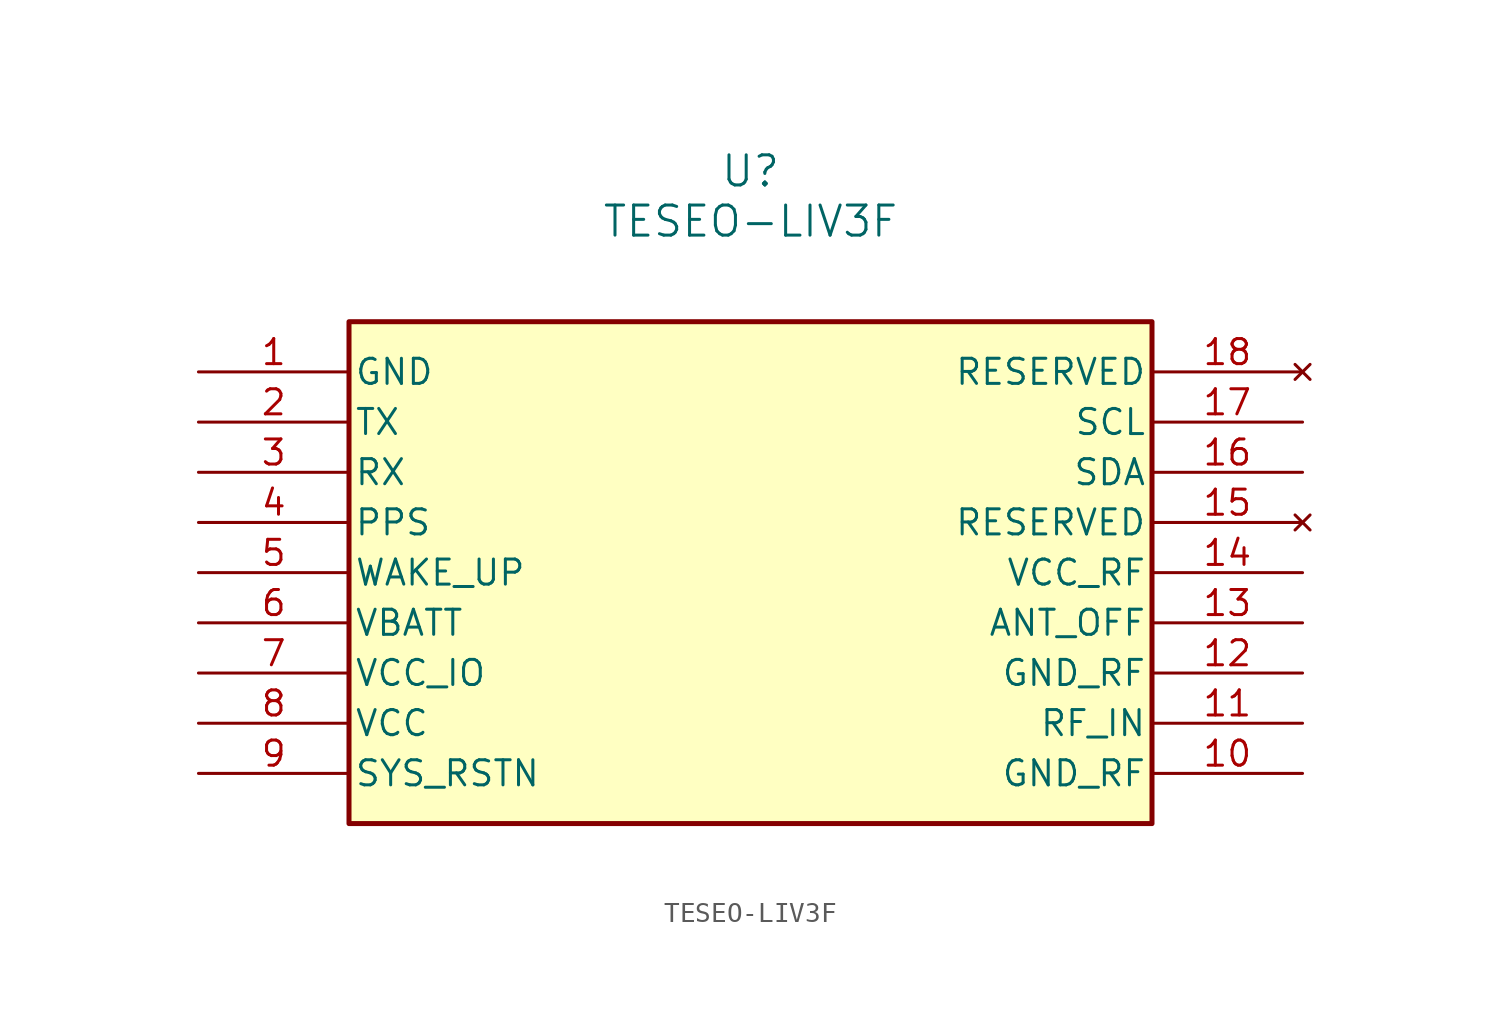
<source format=kicad_sym>
(kicad_symbol_lib
  (version 20241209)
  (generator "kicad_symbol_editor")
  (generator_version "9.0")
  (symbol "TESEO-LIV3F"
    (pin_names
      (offset 0.254))
    (property "Reference" "U"
      (at 27.94 10.16 0)
      (effects (font (size 1.524 1.524))))
    (property "Value" "TESEO-LIV3F"
      (at 27.94 7.62 0)
      (effects (font (size 1.524 1.524))))
    (symbol "TESEO-LIV3F_0_1"
      (pin power_out line (at 0 0 0) (length 7.62) (name "GND" (effects (font (size 1.27 1.27)))) (number "1" (effects (font (size 1.27 1.27)))))
      (pin output line (at 0 -2.54 0) (length 7.62) (name "TX" (effects (font (size 1.27 1.27)))) (number "2" (effects (font (size 1.27 1.27)))))
      (pin input line (at 0 -5.08 0) (length 7.62) (name "RX" (effects (font (size 1.27 1.27)))) (number "3" (effects (font (size 1.27 1.27)))))
      (pin output line (at 0 -7.62 0) (length 7.62) (name "PPS" (effects (font (size 1.27 1.27)))) (number "4" (effects (font (size 1.27 1.27)))))
      (pin input line (at 0 -10.16 0) (length 7.62) (name "WAKE_UP" (effects (font (size 1.27 1.27)))) (number "5" (effects (font (size 1.27 1.27)))))
      (pin power_in line (at 0 -12.7 0) (length 7.62) (name "VBATT" (effects (font (size 1.27 1.27)))) (number "6" (effects (font (size 1.27 1.27)))))
      (pin power_in line (at 0 -15.24 0) (length 7.62) (name "VCC_IO" (effects (font (size 1.27 1.27)))) (number "7" (effects (font (size 1.27 1.27)))))
      (pin power_in line (at 0 -17.78 0) (length 7.62) (name "VCC" (effects (font (size 1.27 1.27)))) (number "8" (effects (font (size 1.27 1.27)))))
      (pin input line (at 0 -20.32 0) (length 7.62) (name "SYS_RSTN" (effects (font (size 1.27 1.27)))) (number "9" (effects (font (size 1.27 1.27)))))
      (pin no_connect line (at 55.88 0 180) (length 7.62) (name "RESERVED" (effects (font (size 1.27 1.27)))) (number "18" (effects (font (size 1.27 1.27)))))
      (pin bidirectional line (at 55.88 -2.54 180) (length 7.62) (name "SCL" (effects (font (size 1.27 1.27)))) (number "17" (effects (font (size 1.27 1.27)))))
      (pin bidirectional line (at 55.88 -5.08 180) (length 7.62) (name "SDA" (effects (font (size 1.27 1.27)))) (number "16" (effects (font (size 1.27 1.27)))))
      (pin no_connect line (at 55.88 -7.62 180) (length 7.62) (name "RESERVED" (effects (font (size 1.27 1.27)))) (number "15" (effects (font (size 1.27 1.27)))))
      (pin output line (at 55.88 -10.16 180) (length 7.62) (name "VCC_RF" (effects (font (size 1.27 1.27)))) (number "14" (effects (font (size 1.27 1.27)))))
      (pin output line (at 55.88 -12.7 180) (length 7.62) (name "ANT_OFF" (effects (font (size 1.27 1.27)))) (number "13" (effects (font (size 1.27 1.27)))))
      (pin power_out line (at 55.88 -15.24 180) (length 7.62) (name "GND_RF" (effects (font (size 1.27 1.27)))) (number "12" (effects (font (size 1.27 1.27)))))
      (pin input line (at 55.88 -17.78 180) (length 7.62) (name "RF_IN" (effects (font (size 1.27 1.27)))) (number "11" (effects (font (size 1.27 1.27)))))
      (pin power_out line (at 55.88 -20.32 180) (length 7.62) (name "GND_RF" (effects (font (size 1.27 1.27)))) (number "10" (effects (font (size 1.27 1.27))))))
    (symbol "TESEO-LIV3F_1_1"
      (rectangle (start 7.62 2.54) (end 48.26 -22.86) (stroke (width 0.254) (type solid)) (fill (type background))))))
</source>
